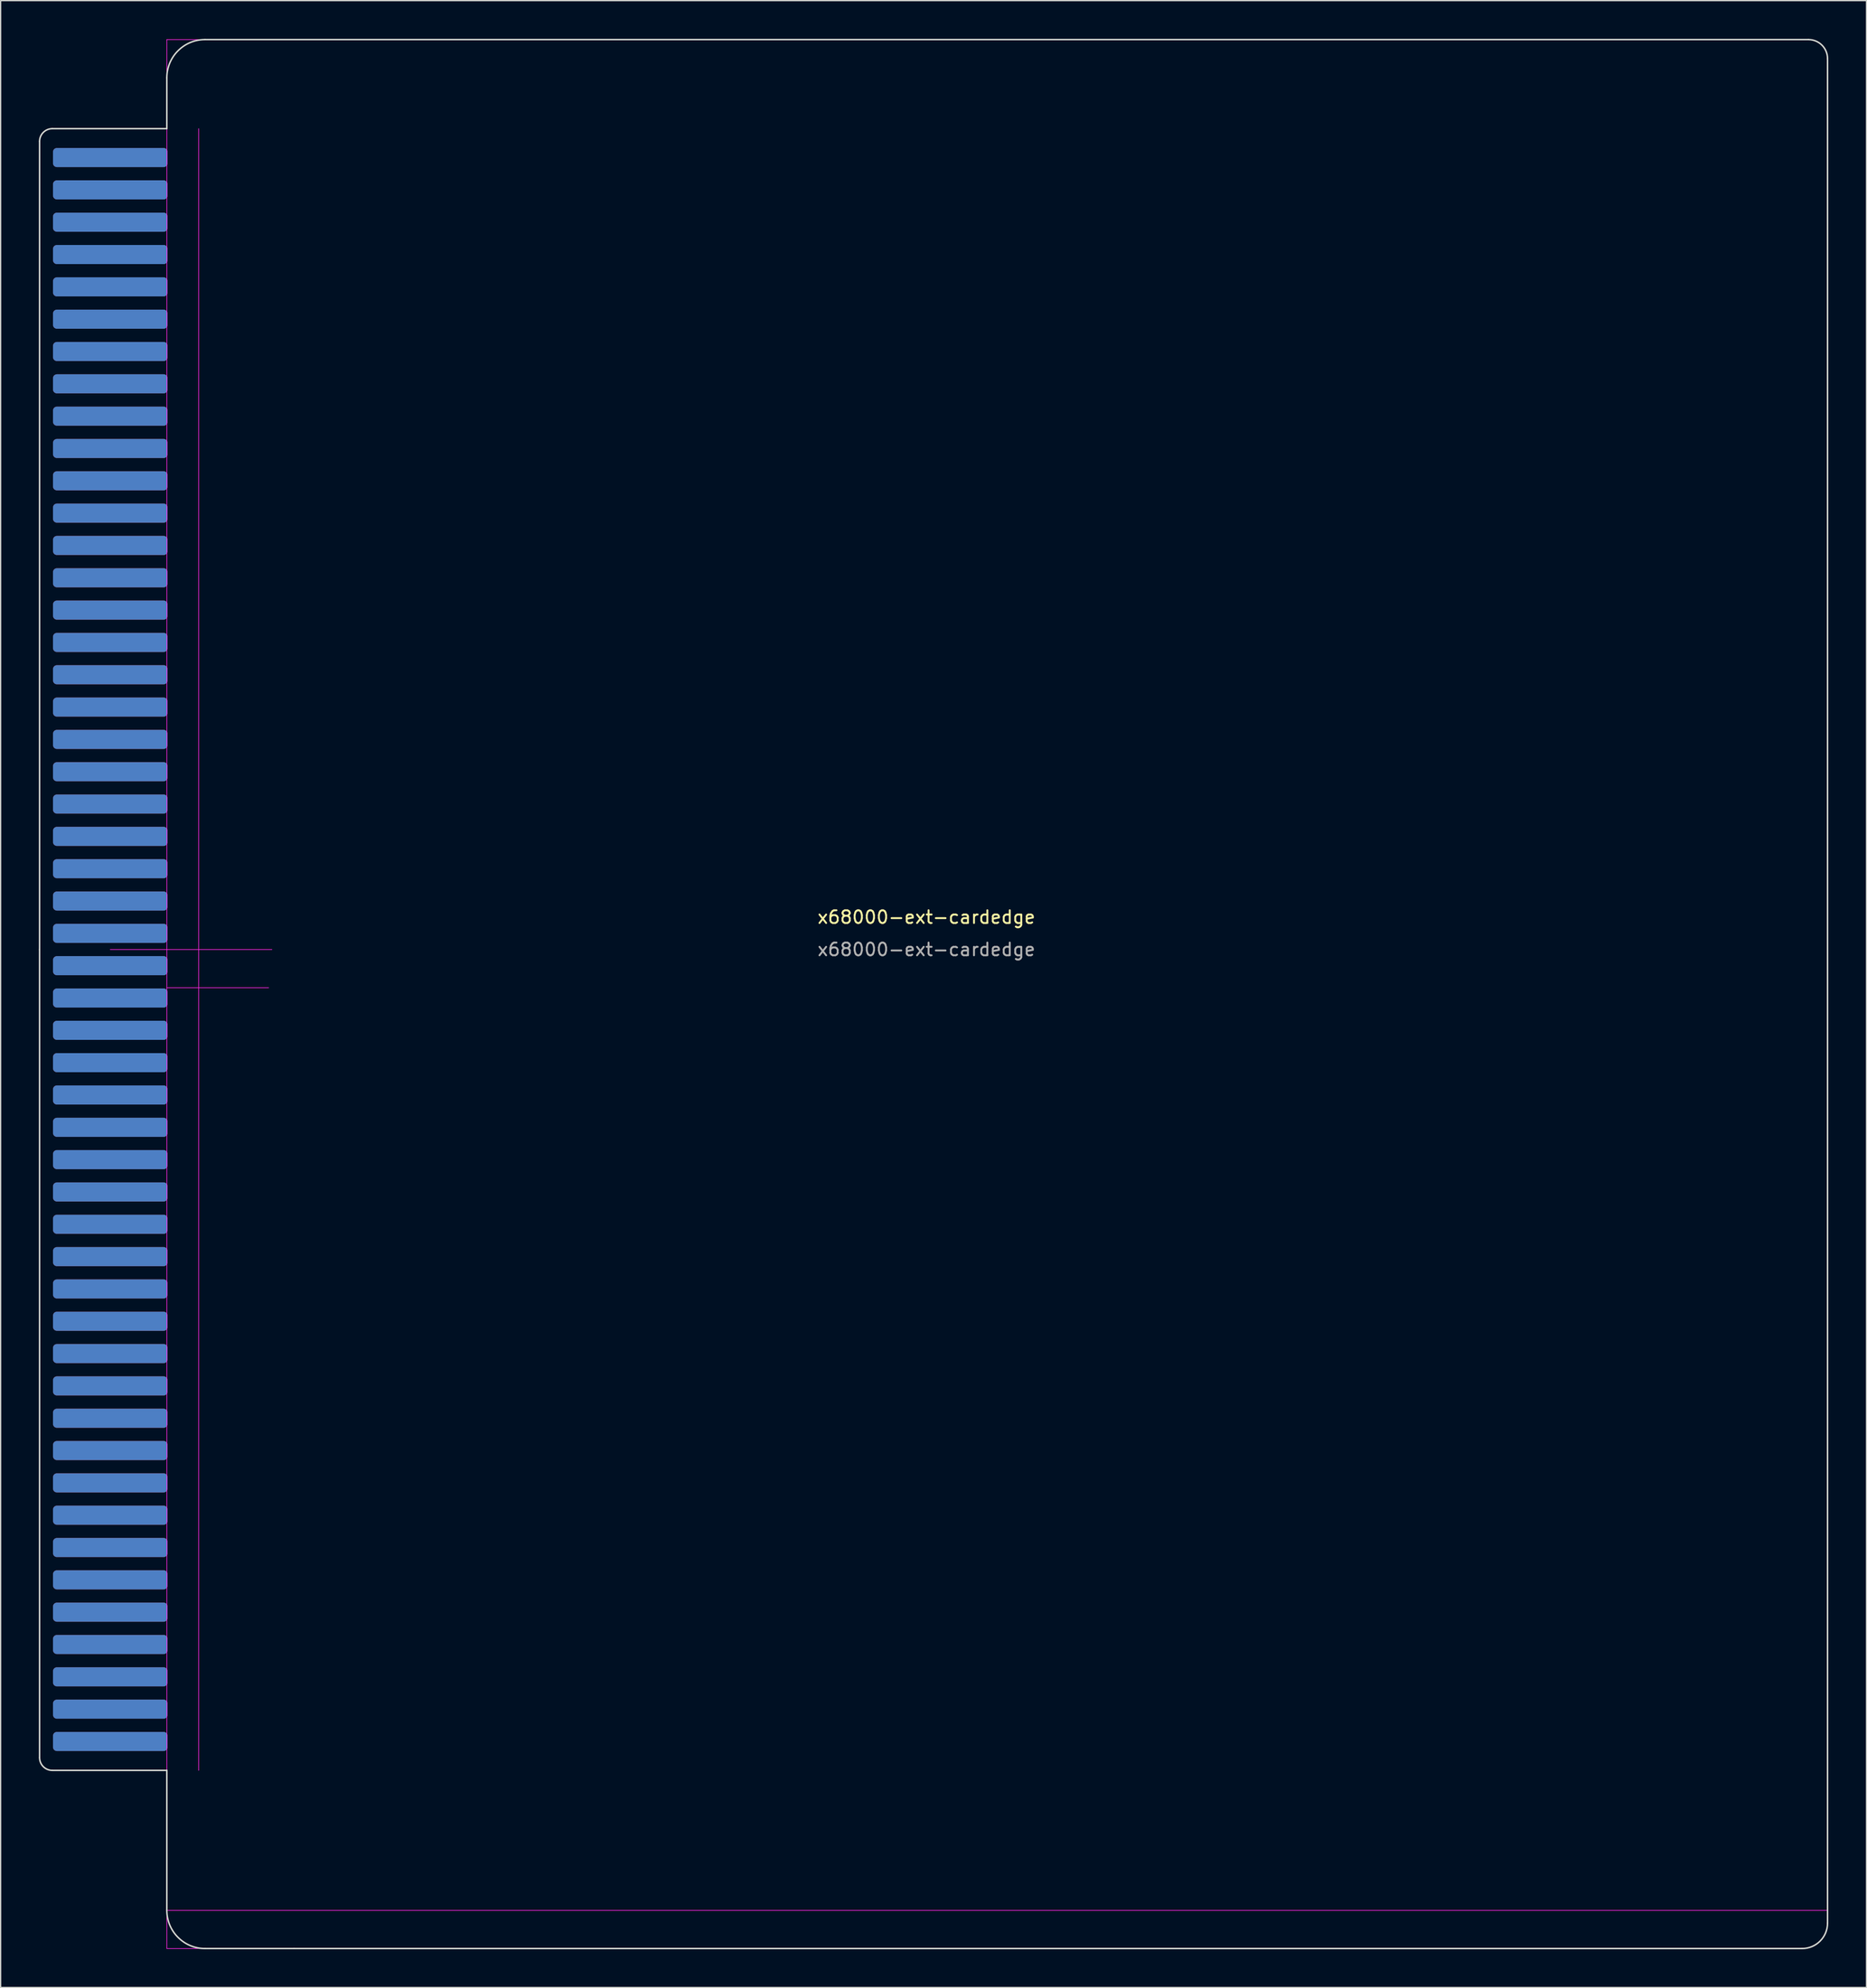
<source format=kicad_pcb>
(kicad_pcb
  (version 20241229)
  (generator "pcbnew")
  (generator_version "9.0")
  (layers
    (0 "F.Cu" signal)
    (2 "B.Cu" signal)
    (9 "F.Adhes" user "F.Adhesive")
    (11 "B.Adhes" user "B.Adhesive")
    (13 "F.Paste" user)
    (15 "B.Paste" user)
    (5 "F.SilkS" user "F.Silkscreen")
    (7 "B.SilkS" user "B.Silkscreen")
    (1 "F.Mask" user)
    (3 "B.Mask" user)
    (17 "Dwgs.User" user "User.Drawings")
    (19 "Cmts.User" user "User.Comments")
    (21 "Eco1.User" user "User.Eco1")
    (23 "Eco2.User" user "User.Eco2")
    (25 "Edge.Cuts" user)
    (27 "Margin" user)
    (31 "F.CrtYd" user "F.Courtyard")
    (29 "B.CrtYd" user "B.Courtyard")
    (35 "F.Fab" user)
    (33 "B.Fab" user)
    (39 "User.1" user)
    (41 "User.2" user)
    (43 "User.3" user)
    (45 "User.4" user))
  (footprint "x68000-ext-cardedge"
    (layer "F.Cu")
    (at 10.06 71.56)
    (property "Reference" "x68000-ext-cardedge" (at 59.69 -2.54 0) (unlocked yes) (layer "F.SilkS") (effects (font (size 1 1) (thickness 0.15))))
    (attr smd)
    (fp_line (start -10 -63.5) (end -10 0) (stroke (width 0.12) (type solid)) (layer "Edge.Cuts"))
    (fp_line (start -10 63.5) (end -10 0) (stroke (width 0.12) (type solid)) (layer "Edge.Cuts"))
    (fp_line (start 0 -68.5) (end 0 -64.5) (stroke (width 0.12) (type solid)) (layer "Edge.Cuts"))
    (fp_line (start 0 -64.5) (end -9 -64.5) (stroke (width 0.12) (type solid)) (layer "Edge.Cuts"))
    (fp_line (start 0 64.5) (end -9 64.5) (stroke (width 0.12) (type solid)) (layer "Edge.Cuts"))
    (fp_line (start 0 75.5) (end 0 64.5) (stroke (width 0.12) (type solid)) (layer "Edge.Cuts"))
    (fp_line (start 3 -71.5) (end 129 -71.5) (stroke (width 0.12) (type solid)) (layer "Edge.Cuts"))
    (fp_line (start 3 78.5) (end 10 78.5) (stroke (width 0.12) (type solid)) (layer "Edge.Cuts"))
    (fp_line (start 10 78.5) (end 128.5 78.5) (stroke (width 0.12) (type solid)) (layer "Edge.Cuts"))
    (fp_line (start 130.5 -70) (end 130.5 76.5) (stroke (width 0.12) (type solid)) (layer "Edge.Cuts"))
    (fp_arc (start -10 -63.5) (mid -9.707107 -64.207107) (end -9 -64.5) (stroke (width 0.12) (type solid)) (layer "Edge.Cuts"))
    (fp_arc (start -9 64.5) (mid -9.707107 64.207107) (end -10 63.5) (stroke (width 0.12) (type solid)) (layer "Edge.Cuts"))
    (fp_arc (start 0 -68.5) (mid 0.87868 -70.62132) (end 3 -71.5) (stroke (width 0.12) (type solid)) (layer "Edge.Cuts"))
    (fp_arc (start 3 78.5) (mid 0.87868 77.62132) (end 0 75.5) (stroke (width 0.12) (type solid)) (layer "Edge.Cuts"))
    (fp_arc (start 129 -71.5) (mid 130.06066 -71.06066) (end 130.5 -70) (stroke (width 0.12) (type solid)) (layer "Edge.Cuts"))
    (fp_arc (start 130.5 76.5) (mid 129.914214 77.914214) (end 128.5 78.5) (stroke (width 0.12) (type solid)) (layer "Edge.Cuts"))
    (fp_line (start -4.445 0) (end 8.255 0) (stroke (width 0.05) (type solid)) (layer "F.CrtYd"))
    (fp_line (start 0 -71.5) (end 10 -71.5) (stroke (width 0.05) (type solid)) (layer "F.CrtYd"))
    (fp_line (start 0 3) (end 0 -71.5) (stroke (width 0.05) (type solid)) (layer "F.CrtYd"))
    (fp_line (start 0 3) (end 0 78.5) (stroke (width 0.05) (type solid)) (layer "F.CrtYd"))
    (fp_line (start 0 3) (end 8 3) (stroke (width 0.05) (type solid)) (layer "F.CrtYd"))
    (fp_line (start 0 75.5) (end 130.5 75.5) (stroke (width 0.05) (type solid)) (layer "F.CrtYd"))
    (fp_line (start 0 78.5) (end 10 78.5) (stroke (width 0.05) (type solid)) (layer "F.CrtYd"))
    (fp_line (start 2.5 0) (end 2.5 -64.5) (stroke (width 0.05) (type solid)) (layer "F.CrtYd"))
    (fp_line (start 2.5 0) (end 2.5 64.5) (stroke (width 0.05) (type solid)) (layer "F.CrtYd"))
    (fp_text user "${REFERENCE}" (at 59.69 0 0) (unlocked yes) (layer "F.Fab") (effects (font (size 1 1) (thickness 0.15))))
    (pad "A1" connect roundrect (at -4.445 62.23) (size 9 1.5) (layers "F.Cu" "F.Mask") (roundrect_rratio 0.2))
    (pad "A2" connect roundrect (at -4.445 59.69) (size 9 1.5) (layers "F.Cu" "F.Mask") (roundrect_rratio 0.2))
    (pad "A3" connect roundrect (at -4.445 57.15) (size 9 1.5) (layers "F.Cu" "F.Mask") (roundrect_rratio 0.2))
    (pad "A4" connect roundrect (at -4.445 54.61) (size 9 1.5) (layers "F.Cu" "F.Mask") (roundrect_rratio 0.2))
    (pad "A5" connect roundrect (at -4.445 52.07) (size 9 1.5) (layers "F.Cu" "F.Mask") (roundrect_rratio 0.2))
    (pad "A6" connect roundrect (at -4.445 49.53) (size 9 1.5) (layers "F.Cu" "F.Mask") (roundrect_rratio 0.2))
    (pad "A7" connect roundrect (at -4.445 46.99) (size 9 1.5) (layers "F.Cu" "F.Mask") (roundrect_rratio 0.2))
    (pad "A8" connect roundrect (at -4.445 44.45) (size 9 1.5) (layers "F.Cu" "F.Mask") (roundrect_rratio 0.2))
    (pad "A9" connect roundrect (at -4.445 41.91) (size 9 1.5) (layers "F.Cu" "F.Mask") (roundrect_rratio 0.2))
    (pad "A10" connect roundrect (at -4.445 39.37) (size 9 1.5) (layers "F.Cu" "F.Mask") (roundrect_rratio 0.2))
    (pad "A11" connect roundrect (at -4.445 36.83) (size 9 1.5) (layers "F.Cu" "F.Mask") (roundrect_rratio 0.2))
    (pad "A12" connect roundrect (at -4.445 34.29) (size 9 1.5) (layers "F.Cu" "F.Mask") (roundrect_rratio 0.2))
    (pad "A13" connect roundrect (at -4.445 31.75) (size 9 1.5) (layers "F.Cu" "F.Mask") (roundrect_rratio 0.2))
    (pad "A14" connect roundrect (at -4.445 29.21) (size 9 1.5) (layers "F.Cu" "F.Mask") (roundrect_rratio 0.2))
    (pad "A15" connect roundrect (at -4.445 26.67) (size 9 1.5) (layers "F.Cu" "F.Mask") (roundrect_rratio 0.2))
    (pad "A16" connect roundrect (at -4.445 24.13) (size 9 1.5) (layers "F.Cu" "F.Mask") (roundrect_rratio 0.2))
    (pad "A17" connect roundrect (at -4.445 21.59) (size 9 1.5) (layers "F.Cu" "F.Mask") (roundrect_rratio 0.2))
    (pad "A18" connect roundrect (at -4.445 19.05) (size 9 1.5) (layers "F.Cu" "F.Mask") (roundrect_rratio 0.2))
    (pad "A19" connect roundrect (at -4.445 16.51) (size 9 1.5) (layers "F.Cu" "F.Mask") (roundrect_rratio 0.2))
    (pad "A20" connect roundrect (at -4.445 13.97) (size 9 1.5) (layers "F.Cu" "F.Mask") (roundrect_rratio 0.2))
    (pad "A21" connect roundrect (at -4.445 11.43) (size 9 1.5) (layers "F.Cu" "F.Mask") (roundrect_rratio 0.2))
    (pad "A22" connect roundrect (at -4.445 8.89) (size 9 1.5) (layers "F.Cu" "F.Mask") (roundrect_rratio 0.2))
    (pad "A23" connect roundrect (at -4.445 6.35) (size 9 1.5) (layers "F.Cu" "F.Mask") (roundrect_rratio 0.2))
    (pad "A24" connect roundrect (at -4.445 3.81) (size 9 1.5) (layers "F.Cu" "F.Mask") (roundrect_rratio 0.2))
    (pad "A25" connect roundrect (at -4.445 1.27) (size 9 1.5) (layers "F.Cu" "F.Mask") (roundrect_rratio 0.2))
    (pad "A26" connect roundrect (at -4.445 -1.27) (size 9 1.5) (layers "F.Cu" "F.Mask") (roundrect_rratio 0.2))
    (pad "A27" connect roundrect (at -4.445 -3.81) (size 9 1.5) (layers "F.Cu" "F.Mask") (roundrect_rratio 0.2))
    (pad "A28" connect roundrect (at -4.445 -6.35) (size 9 1.5) (layers "F.Cu" "F.Mask") (roundrect_rratio 0.2))
    (pad "A29" connect roundrect (at -4.445 -8.89) (size 9 1.5) (layers "F.Cu" "F.Mask") (roundrect_rratio 0.2))
    (pad "A30" connect roundrect (at -4.445 -11.43) (size 9 1.5) (layers "F.Cu" "F.Mask") (roundrect_rratio 0.2))
    (pad "A31" connect roundrect (at -4.445 -13.97) (size 9 1.5) (layers "F.Cu" "F.Mask") (roundrect_rratio 0.2))
    (pad "A32" connect roundrect (at -4.445 -16.51) (size 9 1.5) (layers "F.Cu" "F.Mask") (roundrect_rratio 0.2))
    (pad "A33" connect roundrect (at -4.445 -19.05) (size 9 1.5) (layers "F.Cu" "F.Mask") (roundrect_rratio 0.2))
    (pad "A34" connect roundrect (at -4.445 -21.59) (size 9 1.5) (layers "F.Cu" "F.Mask") (roundrect_rratio 0.2))
    (pad "A35" connect roundrect (at -4.445 -24.13) (size 9 1.5) (layers "F.Cu" "F.Mask") (roundrect_rratio 0.2))
    (pad "A36" connect roundrect (at -4.445 -26.67) (size 9 1.5) (layers "F.Cu" "F.Mask") (roundrect_rratio 0.2))
    (pad "A37" connect roundrect (at -4.445 -29.21) (size 9 1.5) (layers "F.Cu" "F.Mask") (roundrect_rratio 0.2))
    (pad "A38" connect roundrect (at -4.445 -31.75) (size 9 1.5) (layers "F.Cu" "F.Mask") (roundrect_rratio 0.2))
    (pad "A39" connect roundrect (at -4.445 -34.29) (size 9 1.5) (layers "F.Cu" "F.Mask") (roundrect_rratio 0.2))
    (pad "A40" connect roundrect (at -4.445 -36.83) (size 9 1.5) (layers "F.Cu" "F.Mask") (roundrect_rratio 0.2))
    (pad "A41" connect roundrect (at -4.445 -39.37) (size 9 1.5) (layers "F.Cu" "F.Mask") (roundrect_rratio 0.2))
    (pad "A42" connect roundrect (at -4.445 -41.91) (size 9 1.5) (layers "F.Cu" "F.Mask") (roundrect_rratio 0.2))
    (pad "A43" connect roundrect (at -4.445 -44.45) (size 9 1.5) (layers "F.Cu" "F.Mask") (roundrect_rratio 0.2))
    (pad "A44" connect roundrect (at -4.445 -46.99) (size 9 1.5) (layers "F.Cu" "F.Mask") (roundrect_rratio 0.2))
    (pad "A45" connect roundrect (at -4.445 -49.53) (size 9 1.5) (layers "F.Cu" "F.Mask") (roundrect_rratio 0.2))
    (pad "A46" connect roundrect (at -4.445 -52.07) (size 9 1.5) (layers "F.Cu" "F.Mask") (roundrect_rratio 0.2))
    (pad "A47" connect roundrect (at -4.445 -54.61) (size 9 1.5) (layers "F.Cu" "F.Mask") (roundrect_rratio 0.2))
    (pad "A48" connect roundrect (at -4.445 -57.15) (size 9 1.5) (layers "F.Cu" "F.Mask") (roundrect_rratio 0.2))
    (pad "A49" connect roundrect (at -4.445 -59.69) (size 9 1.5) (layers "F.Cu" "F.Mask") (roundrect_rratio 0.2))
    (pad "A50" connect roundrect (at -4.445 -62.23) (size 9 1.5) (layers "F.Cu" "F.Mask") (roundrect_rratio 0.2))
    (pad "B1" connect roundrect (at -4.445 62.23) (size 9 1.5) (layers "B.Cu" "B.Mask") (roundrect_rratio 0.2))
    (pad "B2" connect roundrect (at -4.445 59.69) (size 9 1.5) (layers "B.Cu" "B.Mask") (roundrect_rratio 0.2))
    (pad "B3" connect roundrect (at -4.445 57.15) (size 9 1.5) (layers "B.Cu" "B.Mask") (roundrect_rratio 0.2))
    (pad "B4" connect roundrect (at -4.445 54.61) (size 9 1.5) (layers "B.Cu" "B.Mask") (roundrect_rratio 0.2))
    (pad "B5" connect roundrect (at -4.445 52.07) (size 9 1.5) (layers "B.Cu" "B.Mask") (roundrect_rratio 0.2))
    (pad "B6" connect roundrect (at -4.445 49.53) (size 9 1.5) (layers "B.Cu" "B.Mask") (roundrect_rratio 0.2))
    (pad "B7" connect roundrect (at -4.445 46.99) (size 9 1.5) (layers "B.Cu" "B.Mask") (roundrect_rratio 0.2))
    (pad "B8" connect roundrect (at -4.445 44.45) (size 9 1.5) (layers "B.Cu" "B.Mask") (roundrect_rratio 0.2))
    (pad "B9" connect roundrect (at -4.445 41.91) (size 9 1.5) (layers "B.Cu" "B.Mask") (roundrect_rratio 0.2))
    (pad "B10" connect roundrect (at -4.445 39.37) (size 9 1.5) (layers "B.Cu" "B.Mask") (roundrect_rratio 0.2))
    (pad "B11" connect roundrect (at -4.445 36.83) (size 9 1.5) (layers "B.Cu" "B.Mask") (roundrect_rratio 0.2))
    (pad "B12" connect roundrect (at -4.445 34.29) (size 9 1.5) (layers "B.Cu" "B.Mask") (roundrect_rratio 0.2))
    (pad "B13" connect roundrect (at -4.445 31.75) (size 9 1.5) (layers "B.Cu" "B.Mask") (roundrect_rratio 0.2))
    (pad "B14" connect roundrect (at -4.445 29.21) (size 9 1.5) (layers "B.Cu" "B.Mask") (roundrect_rratio 0.2))
    (pad "B15" connect roundrect (at -4.445 26.67) (size 9 1.5) (layers "B.Cu" "B.Mask") (roundrect_rratio 0.2))
    (pad "B16" connect roundrect (at -4.445 24.13) (size 9 1.5) (layers "B.Cu" "B.Mask") (roundrect_rratio 0.2))
    (pad "B17" connect roundrect (at -4.445 21.59) (size 9 1.5) (layers "B.Cu" "B.Mask") (roundrect_rratio 0.2))
    (pad "B18" connect roundrect (at -4.445 19.05) (size 9 1.5) (layers "B.Cu" "B.Mask") (roundrect_rratio 0.2))
    (pad "B19" connect roundrect (at -4.445 16.51) (size 9 1.5) (layers "B.Cu" "B.Mask") (roundrect_rratio 0.2))
    (pad "B20" connect roundrect (at -4.445 13.97) (size 9 1.5) (layers "B.Cu" "B.Mask") (roundrect_rratio 0.2))
    (pad "B21" connect roundrect (at -4.445 11.43) (size 9 1.5) (layers "B.Cu" "B.Mask") (roundrect_rratio 0.2))
    (pad "B22" connect roundrect (at -4.445 8.89) (size 9 1.5) (layers "B.Cu" "B.Mask") (roundrect_rratio 0.2))
    (pad "B23" connect roundrect (at -4.445 6.35) (size 9 1.5) (layers "B.Cu" "B.Mask") (roundrect_rratio 0.2))
    (pad "B24" connect roundrect (at -4.445 3.81) (size 9 1.5) (layers "B.Cu" "B.Mask") (roundrect_rratio 0.2))
    (pad "B25" connect roundrect (at -4.445 1.27) (size 9 1.5) (layers "B.Cu" "B.Mask") (roundrect_rratio 0.2))
    (pad "B26" connect roundrect (at -4.445 -1.27) (size 9 1.5) (layers "B.Cu" "B.Mask") (roundrect_rratio 0.2))
    (pad "B27" connect roundrect (at -4.445 -3.81) (size 9 1.5) (layers "B.Cu" "B.Mask") (roundrect_rratio 0.2))
    (pad "B28" connect roundrect (at -4.445 -6.35) (size 9 1.5) (layers "B.Cu" "B.Mask") (roundrect_rratio 0.2))
    (pad "B29" connect roundrect (at -4.445 -8.89) (size 9 1.5) (layers "B.Cu" "B.Mask") (roundrect_rratio 0.2))
    (pad "B30" connect roundrect (at -4.445 -11.43) (size 9 1.5) (layers "B.Cu" "B.Mask") (roundrect_rratio 0.2))
    (pad "B31" connect roundrect (at -4.445 -13.97) (size 9 1.5) (layers "B.Cu" "B.Mask") (roundrect_rratio 0.2))
    (pad "B32" connect roundrect (at -4.445 -16.51) (size 9 1.5) (layers "B.Cu" "B.Mask") (roundrect_rratio 0.2))
    (pad "B33" connect roundrect (at -4.445 -19.05) (size 9 1.5) (layers "B.Cu" "B.Mask") (roundrect_rratio 0.2))
    (pad "B34" connect roundrect (at -4.445 -21.59) (size 9 1.5) (layers "B.Cu" "B.Mask") (roundrect_rratio 0.2))
    (pad "B35" connect roundrect (at -4.445 -24.13) (size 9 1.5) (layers "B.Cu" "B.Mask") (roundrect_rratio 0.2))
    (pad "B36" connect roundrect (at -4.445 -26.67) (size 9 1.5) (layers "B.Cu" "B.Mask") (roundrect_rratio 0.2))
    (pad "B37" connect roundrect (at -4.445 -29.21) (size 9 1.5) (layers "B.Cu" "B.Mask") (roundrect_rratio 0.2))
    (pad "B38" connect roundrect (at -4.445 -31.75) (size 9 1.5) (layers "B.Cu" "B.Mask") (roundrect_rratio 0.2))
    (pad "B39" connect roundrect (at -4.445 -34.29) (size 9 1.5) (layers "B.Cu" "B.Mask") (roundrect_rratio 0.2))
    (pad "B40" connect roundrect (at -4.445 -36.83) (size 9 1.5) (layers "B.Cu" "B.Mask") (roundrect_rratio 0.2))
    (pad "B41" connect roundrect (at -4.445 -39.37) (size 9 1.5) (layers "B.Cu" "B.Mask") (roundrect_rratio 0.2))
    (pad "B42" connect roundrect (at -4.445 -41.91) (size 9 1.5) (layers "B.Cu" "B.Mask") (roundrect_rratio 0.2))
    (pad "B43" connect roundrect (at -4.445 -44.45) (size 9 1.5) (layers "B.Cu" "B.Mask") (roundrect_rratio 0.2))
    (pad "B44" connect roundrect (at -4.445 -46.99) (size 9 1.5) (layers "B.Cu" "B.Mask") (roundrect_rratio 0.2))
    (pad "B45" connect roundrect (at -4.445 -49.53) (size 9 1.5) (layers "B.Cu" "B.Mask") (roundrect_rratio 0.2))
    (pad "B46" connect roundrect (at -4.445 -52.07) (size 9 1.5) (layers "B.Cu" "B.Mask") (roundrect_rratio 0.2))
    (pad "B47" connect roundrect (at -4.445 -54.61) (size 9 1.5) (layers "B.Cu" "B.Mask") (roundrect_rratio 0.2))
    (pad "B48" connect roundrect (at -4.445 -57.15) (size 9 1.5) (layers "B.Cu" "B.Mask") (roundrect_rratio 0.2))
    (pad "B49" connect roundrect (at -4.445 -59.69) (size 9 1.5) (layers "B.Cu" "B.Mask") (roundrect_rratio 0.2))
    (pad "B50" connect roundrect (at -4.445 -62.23) (size 9 1.5) (layers "B.Cu" "B.Mask") (roundrect_rratio 0.2)))
  (gr_rect
    (start -3 -3)
    (end 143.62 153.12)
    (stroke (width 0.1) (type default))
    (fill no)
    (layer "Edge.Cuts")))
</source>
